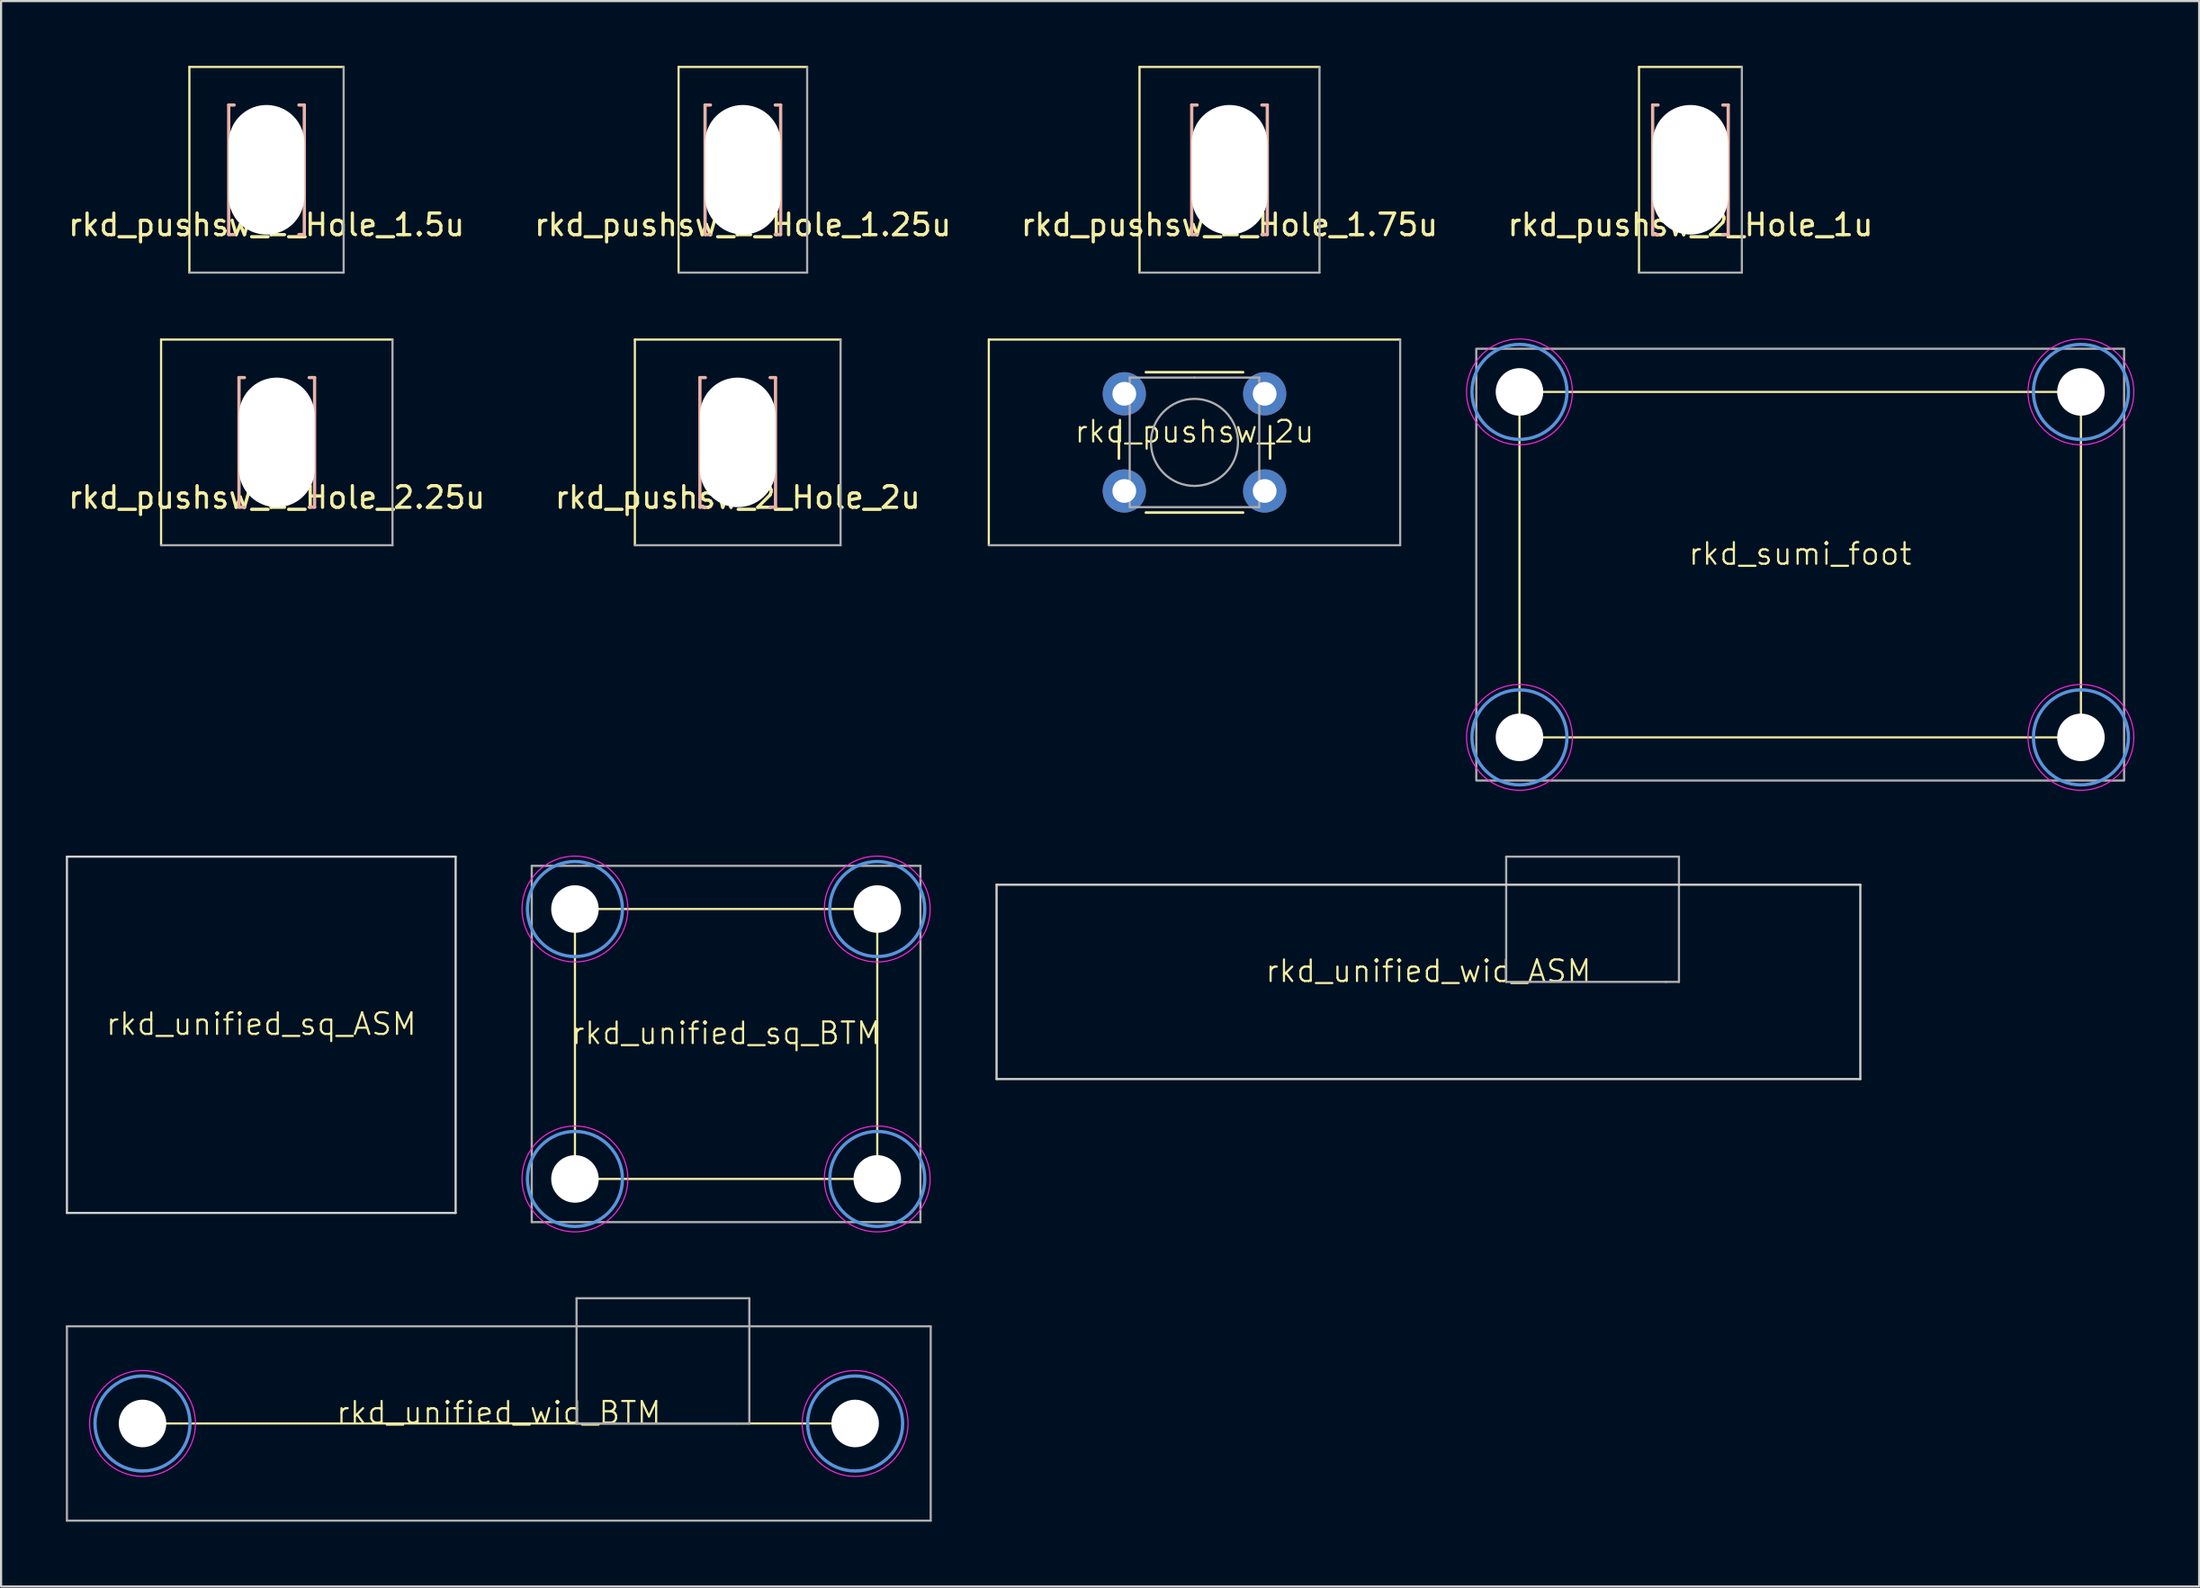
<source format=kicad_pcb>
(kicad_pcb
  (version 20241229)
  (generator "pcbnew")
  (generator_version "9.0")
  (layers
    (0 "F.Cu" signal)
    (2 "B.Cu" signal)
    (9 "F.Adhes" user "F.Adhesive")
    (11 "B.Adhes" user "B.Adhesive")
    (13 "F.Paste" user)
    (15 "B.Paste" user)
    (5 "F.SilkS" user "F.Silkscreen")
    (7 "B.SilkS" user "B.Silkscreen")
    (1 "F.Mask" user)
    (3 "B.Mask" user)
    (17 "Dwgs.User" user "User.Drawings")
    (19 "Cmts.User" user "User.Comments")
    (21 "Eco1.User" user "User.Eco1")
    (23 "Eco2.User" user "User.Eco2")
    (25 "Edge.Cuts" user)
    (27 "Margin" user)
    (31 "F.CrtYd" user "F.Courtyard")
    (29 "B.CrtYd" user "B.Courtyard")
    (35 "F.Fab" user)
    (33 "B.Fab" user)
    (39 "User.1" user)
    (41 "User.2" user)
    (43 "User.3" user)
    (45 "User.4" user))
  (footprint "rkd_pushsw_2_Hole_2u"
    (layer "F.Cu")
    (at 31.113 17.438)
    (property "Reference" "rkd_pushsw_2_Hole_2u" (at 0 2.55 0) (layer "F.SilkS") (effects (font (size 1 1) (thickness 0.15))))
    (attr through_hole)
    (fp_line (start -4.763 -4.763) (end -4.763 4.763) (stroke (width 0.1) (type default)) (layer "F.SilkS"))
    (fp_line (start -4.763 -4.763) (end 4.763 -4.763) (stroke (width 0.1) (type default)) (layer "F.SilkS"))
    (fp_line (start -1.75 -3) (end -1.5 -3) (stroke (width 0.15) (type solid)) (layer "B.SilkS"))
    (fp_line (start -1.75 3) (end -1.75 -3) (stroke (width 0.15) (type solid)) (layer "B.SilkS"))
    (fp_line (start -1.5 3) (end -1.75 3) (stroke (width 0.15) (type solid)) (layer "B.SilkS"))
    (fp_line (start 1.5 -3) (end 1.75 -3) (stroke (width 0.15) (type solid)) (layer "B.SilkS"))
    (fp_line (start 1.75 -3) (end 1.75 3) (stroke (width 0.15) (type solid)) (layer "B.SilkS"))
    (fp_line (start 1.75 3) (end 1.5 3) (stroke (width 0.15) (type solid)) (layer "B.SilkS"))
    (fp_line (start 4.763 -4.763) (end 4.763 4.763) (stroke (width 0.1) (type default)) (layer "F.Fab"))
    (fp_line (start 4.763 4.763) (end -4.763 4.763) (stroke (width 0.1) (type default)) (layer "F.Fab"))
    (pad "" np_thru_hole oval (at 0 0 90) (size 6 3.5) (drill oval 6 3.5) (layers "*.Cu" "*.Mask")))
  (footprint "rkd_pushsw_2_Hole_1u"
    (layer "F.Cu")
    (at 75.232 4.813)
    (property "Reference" "rkd_pushsw_2_Hole_1u" (at 0 2.55 0) (layer "F.SilkS") (effects (font (size 1 1) (thickness 0.15))))
    (attr through_hole board_only exclude_from_pos_files exclude_from_bom)
    (fp_line (start -2.381 -4.763) (end -2.381 4.763) (stroke (width 0.1) (type default)) (layer "F.SilkS"))
    (fp_line (start -2.381 -4.763) (end 2.381 -4.763) (stroke (width 0.1) (type default)) (layer "F.SilkS"))
    (fp_line (start -1.75 -3) (end -1.5 -3) (stroke (width 0.15) (type solid)) (layer "B.SilkS"))
    (fp_line (start -1.75 3) (end -1.75 -3) (stroke (width 0.15) (type solid)) (layer "B.SilkS"))
    (fp_line (start -1.5 3) (end -1.75 3) (stroke (width 0.15) (type solid)) (layer "B.SilkS"))
    (fp_line (start 1.5 -3) (end 1.75 -3) (stroke (width 0.15) (type solid)) (layer "B.SilkS"))
    (fp_line (start 1.75 -3) (end 1.75 3) (stroke (width 0.15) (type solid)) (layer "B.SilkS"))
    (fp_line (start 1.75 3) (end 1.5 3) (stroke (width 0.15) (type solid)) (layer "B.SilkS"))
    (fp_line (start 2.381 -4.763) (end 2.381 4.763) (stroke (width 0.1) (type default)) (layer "F.Fab"))
    (fp_line (start 2.381 4.763) (end -2.381 4.763) (stroke (width 0.1) (type default)) (layer "F.Fab"))
    (pad "" np_thru_hole oval (at 0 0 90) (size 6 3.5) (drill oval 6 3.5) (layers "*.Cu" "*.Mask")))
  (footprint "rkd_pushsw_2u"
    (layer "F.Cu")
    (at 52.265 17.438)
    (property "Reference" "rkd_pushsw_2u" (at 0 -0.5 0) (unlocked yes) (layer "F.SilkS") (effects (font (size 1 1) (thickness 0.1))))
    (attr smd board_only exclude_from_pos_files exclude_from_bom)
    (fp_line (start -9.525 -4.763) (end -9.525 4.763) (stroke (width 0.1) (type default)) (layer "F.SilkS"))
    (fp_line (start -9.525 -4.763) (end 9.525 -4.763) (stroke (width 0.1) (type default)) (layer "F.SilkS"))
    (fp_line (start -3.5 -0.75) (end -3.5 0.75) (stroke (width 0.12) (type solid)) (layer "F.SilkS"))
    (fp_line (start -2.25 3.25) (end 2.25 3.25) (stroke (width 0.12) (type solid)) (layer "F.SilkS"))
    (fp_line (start 2.25 -3.25) (end -2.25 -3.25) (stroke (width 0.12) (type solid)) (layer "F.SilkS"))
    (fp_line (start 3.5 0.75) (end 3.5 -0.75) (stroke (width 0.12) (type solid)) (layer "F.SilkS"))
    (fp_line (start -3 -3) (end 0 -3) (stroke (width 0.1) (type solid)) (layer "F.Fab"))
    (fp_line (start -3 3) (end -3 -3) (stroke (width 0.1) (type solid)) (layer "F.Fab"))
    (fp_line (start 0 -3) (end 3 -3) (stroke (width 0.1) (type solid)) (layer "F.Fab"))
    (fp_line (start 3 -3) (end 3 3) (stroke (width 0.1) (type solid)) (layer "F.Fab"))
    (fp_line (start 3 3) (end -3 3) (stroke (width 0.1) (type solid)) (layer "F.Fab"))
    (fp_line (start 9.525 -4.763) (end 9.525 4.763) (stroke (width 0.1) (type default)) (layer "F.Fab"))
    (fp_line (start 9.525 4.763) (end -9.525 4.763) (stroke (width 0.1) (type default)) (layer "F.Fab"))
    (fp_circle (center 0 0) (end -2 0.25) (stroke (width 0.1) (type solid)) (fill no) (layer "F.Fab"))
    (pad "1" thru_hole circle (at -3.25 -2.25 90) (size 2 2) (drill 1.1) (layers "*.Cu" "*.Mask"))
    (pad "1" thru_hole circle (at 3.25 -2.25 90) (size 2 2) (drill 1.1) (layers "*.Cu" "*.Mask"))
    (pad "2" thru_hole circle (at -3.25 2.25 90) (size 2 2) (drill 1.1) (layers "*.Cu" "*.Mask"))
    (pad "2" thru_hole circle (at 3.25 2.25 90) (size 2 2) (drill 1.1) (layers "*.Cu" "*.Mask")))
  (footprint "rkd_unified_wid_BTM"
    (layer "F.Cu")
    (at 20.05 62.875)
    (property "Reference" "rkd_unified_wid_BTM" (at 0 -0.5 0) (unlocked yes) (layer "F.SilkS") (effects (font (size 1 1) (thickness 0.1))))
    (attr smd board_only exclude_from_pos_files exclude_from_bom)
    (fp_line (start 16.5 0) (end -16.5 0) (stroke (width 0.1) (type default)) (layer "F.SilkS"))
    (fp_circle (center -16.5 0) (end -14.3 0) (stroke (width 0.15) (type solid)) (fill no) (layer "Cmts.User"))
    (fp_circle (center 16.5 0) (end 18.7 0) (stroke (width 0.15) (type solid)) (fill no) (layer "Cmts.User"))
    (fp_circle (center -16.5 0) (end -14.05 0) (stroke (width 0.05) (type solid)) (fill no) (layer "F.CrtYd"))
    (fp_circle (center 16.5 0) (end 18.95 0) (stroke (width 0.05) (type solid)) (fill no) (layer "F.CrtYd"))
    (fp_line (start -20 -4.5) (end 20 -4.5) (stroke (width 0.1) (type default)) (layer "F.Fab"))
    (fp_line (start -20 4.5) (end -20 -4.5) (stroke (width 0.1) (type default)) (layer "F.Fab"))
    (fp_line (start -20 4.5) (end 20 4.5) (stroke (width 0.1) (type default)) (layer "F.Fab"))
    (fp_line (start 3.6 -5.8) (end 11.6 -5.8) (stroke (width 0.1) (type default)) (layer "F.Fab"))
    (fp_line (start 3.6 0) (end 3.6 -5.8) (stroke (width 0.1) (type default)) (layer "F.Fab"))
    (fp_line (start 3.6 0) (end 11.6 0) (stroke (width 0.1) (type default)) (layer "F.Fab"))
    (fp_line (start 11 0) (end 11 0) (stroke (width 0.1) (type default)) (layer "F.Fab"))
    (fp_line (start 11.6 0) (end 11.6 -5.8) (stroke (width 0.1) (type default)) (layer "F.Fab"))
    (fp_line (start 20 4.5) (end 20 -4.5) (stroke (width 0.1) (type default)) (layer "F.Fab"))
    (pad "" np_thru_hole circle (at -16.5 0) (size 2.2 2.2) (drill 2.2) (layers "*.Cu" "*.Mask"))
    (pad "" np_thru_hole circle (at 16.5 0) (size 2.2 2.2) (drill 2.2) (layers "*.Cu" "*.Mask")))
  (footprint "rkd_unified_sq_ASM"
    (layer "F.Cu")
    (at 9.05 44.875)
    (property "Reference" "rkd_unified_sq_ASM" (at 0 -0.5 0) (unlocked yes) (layer "F.SilkS") (effects (font (size 1 1) (thickness 0.1))))
    (attr smd board_only exclude_from_pos_files exclude_from_bom)
    (fp_line (start -9 -8.25) (end 9 -8.25) (stroke (width 0.1) (type default)) (layer "Edge.Cuts"))
    (fp_line (start -9 8.25) (end -9 -8.25) (stroke (width 0.1) (type default)) (layer "Edge.Cuts"))
    (fp_line (start -9 8.25) (end 9 8.25) (stroke (width 0.1) (type default)) (layer "Edge.Cuts"))
    (fp_line (start 9 8.25) (end 9 -8.25) (stroke (width 0.1) (type default)) (layer "Edge.Cuts")))
  (footprint "rkd_unified_sq_BTM"
    (layer "F.Cu")
    (at 30.575 45.3)
    (property "Reference" "rkd_unified_sq_BTM" (at 0 -0.5 0) (unlocked yes) (layer "F.SilkS") (effects (font (size 1 1) (thickness 0.1))))
    (attr smd board_only exclude_from_pos_files exclude_from_bom)
    (fp_line (start -7 -6.25) (end -7 6.25) (stroke (width 0.1) (type default)) (layer "F.SilkS"))
    (fp_line (start -7 -6.25) (end 7 -6.25) (stroke (width 0.1) (type default)) (layer "F.SilkS"))
    (fp_line (start -7 6.25) (end 7 6.25) (stroke (width 0.1) (type default)) (layer "F.SilkS"))
    (fp_line (start 7 -6.25) (end 7 6.25) (stroke (width 0.1) (type default)) (layer "F.SilkS"))
    (fp_circle (center -7 -6.25) (end -4.8 -6.25) (stroke (width 0.15) (type solid)) (fill no) (layer "Cmts.User"))
    (fp_circle (center -7 6.25) (end -4.8 6.25) (stroke (width 0.15) (type solid)) (fill no) (layer "Cmts.User"))
    (fp_circle (center 7 -6.25) (end 9.2 -6.25) (stroke (width 0.15) (type solid)) (fill no) (layer "Cmts.User"))
    (fp_circle (center 7 6.25) (end 9.2 6.25) (stroke (width 0.15) (type solid)) (fill no) (layer "Cmts.User"))
    (fp_circle (center -7 -6.25) (end -4.55 -6.25) (stroke (width 0.05) (type solid)) (fill no) (layer "F.CrtYd"))
    (fp_circle (center -7 6.25) (end -4.55 6.25) (stroke (width 0.05) (type solid)) (fill no) (layer "F.CrtYd"))
    (fp_circle (center 7 -6.25) (end 9.45 -6.25) (stroke (width 0.05) (type solid)) (fill no) (layer "F.CrtYd"))
    (fp_circle (center 7 6.25) (end 9.45 6.25) (stroke (width 0.05) (type solid)) (fill no) (layer "F.CrtYd"))
    (fp_line (start -9 -8.25) (end 9 -8.25) (stroke (width 0.1) (type default)) (layer "F.Fab"))
    (fp_line (start -9 8.25) (end -9 -8.25) (stroke (width 0.1) (type default)) (layer "F.Fab"))
    (fp_line (start -9 8.25) (end 9 8.25) (stroke (width 0.1) (type default)) (layer "F.Fab"))
    (fp_line (start 9 8.25) (end 9 -8.25) (stroke (width 0.1) (type default)) (layer "F.Fab"))
    (pad "" np_thru_hole circle (at -7 -6.25) (size 2.2 2.2) (drill 2.2) (layers "*.Cu" "*.Mask"))
    (pad "" np_thru_hole circle (at -7 6.25) (size 2.2 2.2) (drill 2.2) (layers "*.Cu" "*.Mask"))
    (pad "" np_thru_hole circle (at 7 -6.25) (size 2.2 2.2) (drill 2.2) (layers "*.Cu" "*.Mask"))
    (pad "" np_thru_hole circle (at 7 6.25) (size 2.2 2.2) (drill 2.2) (layers "*.Cu" "*.Mask")))
  (footprint "rkd_sumi_foot"
    (layer "F.Cu")
    (at 80.315 23.1)
    (property "Reference" "rkd_sumi_foot" (at 0 -0.5 0) (unlocked yes) (layer "F.SilkS") (effects (font (size 1 1) (thickness 0.1))))
    (attr smd)
    (fp_rect (start -13 -8) (end 13 8) (stroke (width 0.1) (type solid)) (fill no) (layer "F.SilkS"))
    (fp_circle (center -13 -8) (end -10.8 -8) (stroke (width 0.15) (type solid)) (fill no) (layer "Cmts.User"))
    (fp_circle (center -13 8) (end -10.8 8) (stroke (width 0.15) (type solid)) (fill no) (layer "Cmts.User"))
    (fp_circle (center 13 -8) (end 15.2 -8) (stroke (width 0.15) (type solid)) (fill no) (layer "Cmts.User"))
    (fp_circle (center 13 8) (end 15.2 8) (stroke (width 0.15) (type solid)) (fill no) (layer "Cmts.User"))
    (fp_circle (center -13 -8) (end -10.55 -8) (stroke (width 0.05) (type solid)) (fill no) (layer "F.CrtYd"))
    (fp_circle (center -13 8) (end -10.55 8) (stroke (width 0.05) (type solid)) (fill no) (layer "F.CrtYd"))
    (fp_circle (center 13 -8) (end 15.45 -8) (stroke (width 0.05) (type solid)) (fill no) (layer "F.CrtYd"))
    (fp_circle (center 13 8) (end 15.45 8) (stroke (width 0.05) (type solid)) (fill no) (layer "F.CrtYd"))
    (fp_rect (start -15 -10) (end 15 10) (stroke (width 0.1) (type solid)) (fill no) (layer "F.Fab"))
    (pad "" np_thru_hole circle (at -13 -8) (size 2.2 2.2) (drill 2.2) (layers "*.Cu" "*.Mask"))
    (pad "" np_thru_hole circle (at -13 8) (size 2.2 2.2) (drill 2.2) (layers "*.Cu" "*.Mask"))
    (pad "" np_thru_hole circle (at 13 -8) (size 2.2 2.2) (drill 2.2) (layers "*.Cu" "*.Mask"))
    (pad "" np_thru_hole circle (at 13 8) (size 2.2 2.2) (drill 2.2) (layers "*.Cu" "*.Mask")))
  (footprint "rkd_pushsw_2_Hole_2.25u"
    (layer "F.Cu")
    (at 9.768 17.438)
    (property "Reference" "rkd_pushsw_2_Hole_2.25u" (at 0 2.55 0) (layer "F.SilkS") (effects (font (size 1 1) (thickness 0.15))))
    (attr through_hole)
    (fp_line (start -5.358 -4.763) (end -5.358 4.763) (stroke (width 0.1) (type default)) (layer "F.SilkS"))
    (fp_line (start -5.358 -4.763) (end 5.358 -4.763) (stroke (width 0.1) (type default)) (layer "F.SilkS"))
    (fp_line (start -1.75 -3) (end -1.5 -3) (stroke (width 0.15) (type solid)) (layer "B.SilkS"))
    (fp_line (start -1.75 3) (end -1.75 -3) (stroke (width 0.15) (type solid)) (layer "B.SilkS"))
    (fp_line (start -1.5 3) (end -1.75 3) (stroke (width 0.15) (type solid)) (layer "B.SilkS"))
    (fp_line (start 1.5 -3) (end 1.75 -3) (stroke (width 0.15) (type solid)) (layer "B.SilkS"))
    (fp_line (start 1.75 -3) (end 1.75 3) (stroke (width 0.15) (type solid)) (layer "B.SilkS"))
    (fp_line (start 1.75 3) (end 1.5 3) (stroke (width 0.15) (type solid)) (layer "B.SilkS"))
    (fp_line (start 5.358 -4.763) (end 5.358 4.763) (stroke (width 0.1) (type default)) (layer "F.Fab"))
    (fp_line (start 5.358 4.763) (end -5.358 4.763) (stroke (width 0.1) (type default)) (layer "F.Fab"))
    (pad "" np_thru_hole oval (at 0 0 90) (size 6 3.5) (drill oval 6 3.5) (layers "*.Cu" "*.Mask")))
  (footprint "rkd_pushsw_2_Hole_1.5u"
    (layer "F.Cu")
    (at 9.292 4.813)
    (property "Reference" "rkd_pushsw_2_Hole_1.5u" (at 0 2.55 0) (layer "F.SilkS") (effects (font (size 1 1) (thickness 0.15))))
    (attr through_hole)
    (fp_line (start -3.572 -4.763) (end -3.572 4.763) (stroke (width 0.1) (type default)) (layer "F.SilkS"))
    (fp_line (start -3.572 -4.763) (end 3.572 -4.763) (stroke (width 0.1) (type default)) (layer "F.SilkS"))
    (fp_line (start -1.75 -3) (end -1.5 -3) (stroke (width 0.15) (type solid)) (layer "B.SilkS"))
    (fp_line (start -1.75 3) (end -1.75 -3) (stroke (width 0.15) (type solid)) (layer "B.SilkS"))
    (fp_line (start -1.5 3) (end -1.75 3) (stroke (width 0.15) (type solid)) (layer "B.SilkS"))
    (fp_line (start 1.5 -3) (end 1.75 -3) (stroke (width 0.15) (type solid)) (layer "B.SilkS"))
    (fp_line (start 1.75 -3) (end 1.75 3) (stroke (width 0.15) (type solid)) (layer "B.SilkS"))
    (fp_line (start 1.75 3) (end 1.5 3) (stroke (width 0.15) (type solid)) (layer "B.SilkS"))
    (fp_line (start 3.572 -4.763) (end 3.572 4.763) (stroke (width 0.1) (type default)) (layer "F.Fab"))
    (fp_line (start 3.572 4.763) (end -3.572 4.763) (stroke (width 0.1) (type default)) (layer "F.Fab"))
    (pad "" np_thru_hole oval (at 0 0 90) (size 6 3.5) (drill oval 6 3.5) (layers "*.Cu" "*.Mask")))
  (footprint "rkd_unified_wid_ASM"
    (layer "F.Cu")
    (at 63.1 42.425)
    (property "Reference" "rkd_unified_wid_ASM" (at 0 -0.5 0) (unlocked yes) (layer "F.SilkS") (effects (font (size 1 1) (thickness 0.1))))
    (attr smd board_only exclude_from_pos_files exclude_from_bom)
    (fp_line (start -20 -4.5) (end 20 -4.5) (stroke (width 0.1) (type default)) (layer "Edge.Cuts"))
    (fp_line (start -20 4.5) (end -20 -4.5) (stroke (width 0.1) (type default)) (layer "Edge.Cuts"))
    (fp_line (start -20 4.5) (end 20 4.5) (stroke (width 0.1) (type default)) (layer "Edge.Cuts"))
    (fp_line (start 20 4.5) (end 20 -4.5) (stroke (width 0.1) (type default)) (layer "Edge.Cuts"))
    (fp_line (start 3.6 -5.8) (end 11.6 -5.8) (stroke (width 0.1) (type default)) (layer "F.Fab"))
    (fp_line (start 3.6 0) (end 3.6 -5.8) (stroke (width 0.1) (type default)) (layer "F.Fab"))
    (fp_line (start 3.6 0) (end 11.6 0) (stroke (width 0.1) (type default)) (layer "F.Fab"))
    (fp_line (start 11 0) (end 11 0) (stroke (width 0.1) (type default)) (layer "F.Fab"))
    (fp_line (start 11.6 0) (end 11.6 -5.8) (stroke (width 0.1) (type default)) (layer "F.Fab")))
  (footprint "rkd_pushsw_2_Hole_1.75u"
    (layer "F.Cu")
    (at 53.887 4.813)
    (property "Reference" "rkd_pushsw_2_Hole_1.75u" (at 0 2.55 0) (layer "F.SilkS") (effects (font (size 1 1) (thickness 0.15))))
    (attr through_hole)
    (fp_line (start -4.167 -4.763) (end -4.167 4.763) (stroke (width 0.1) (type default)) (layer "F.SilkS"))
    (fp_line (start -4.167 -4.763) (end 4.167 -4.763) (stroke (width 0.1) (type default)) (layer "F.SilkS"))
    (fp_line (start -1.75 -3) (end -1.5 -3) (stroke (width 0.15) (type solid)) (layer "B.SilkS"))
    (fp_line (start -1.75 3) (end -1.75 -3) (stroke (width 0.15) (type solid)) (layer "B.SilkS"))
    (fp_line (start -1.5 3) (end -1.75 3) (stroke (width 0.15) (type solid)) (layer "B.SilkS"))
    (fp_line (start 1.5 -3) (end 1.75 -3) (stroke (width 0.15) (type solid)) (layer "B.SilkS"))
    (fp_line (start 1.75 -3) (end 1.75 3) (stroke (width 0.15) (type solid)) (layer "B.SilkS"))
    (fp_line (start 1.75 3) (end 1.5 3) (stroke (width 0.15) (type solid)) (layer "B.SilkS"))
    (fp_line (start 4.167 -4.763) (end 4.167 4.763) (stroke (width 0.1) (type default)) (layer "F.Fab"))
    (fp_line (start 4.167 4.763) (end -4.167 4.763) (stroke (width 0.1) (type default)) (layer "F.Fab"))
    (pad "" np_thru_hole oval (at 0 0 90) (size 6 3.5) (drill oval 6 3.5) (layers "*.Cu" "*.Mask")))
  (footprint "rkd_pushsw_2_Hole_1.25u"
    (layer "F.Cu")
    (at 31.351 4.813)
    (property "Reference" "rkd_pushsw_2_Hole_1.25u" (at 0 2.55 0) (layer "F.SilkS") (effects (font (size 1 1) (thickness 0.15))))
    (attr through_hole)
    (fp_line (start -2.977 -4.763) (end -2.977 4.763) (stroke (width 0.1) (type default)) (layer "F.SilkS"))
    (fp_line (start -2.977 -4.763) (end 2.977 -4.763) (stroke (width 0.1) (type default)) (layer "F.SilkS"))
    (fp_line (start -1.75 -3) (end -1.5 -3) (stroke (width 0.15) (type solid)) (layer "B.SilkS"))
    (fp_line (start -1.75 3) (end -1.75 -3) (stroke (width 0.15) (type solid)) (layer "B.SilkS"))
    (fp_line (start -1.5 3) (end -1.75 3) (stroke (width 0.15) (type solid)) (layer "B.SilkS"))
    (fp_line (start 1.5 -3) (end 1.75 -3) (stroke (width 0.15) (type solid)) (layer "B.SilkS"))
    (fp_line (start 1.75 -3) (end 1.75 3) (stroke (width 0.15) (type solid)) (layer "B.SilkS"))
    (fp_line (start 1.75 3) (end 1.5 3) (stroke (width 0.15) (type solid)) (layer "B.SilkS"))
    (fp_line (start 2.977 -4.763) (end 2.977 4.763) (stroke (width 0.1) (type default)) (layer "F.Fab"))
    (fp_line (start 2.977 4.763) (end -2.977 4.763) (stroke (width 0.1) (type default)) (layer "F.Fab"))
    (pad "" np_thru_hole oval (at 0 0 90) (size 6 3.5) (drill oval 6 3.5) (layers "*.Cu" "*.Mask")))
  (gr_rect
    (start -3 -3)
    (end 98.79 70.425)
    (stroke (width 0.1) (type default))
    (fill no)
    (layer "Edge.Cuts")))
</source>
